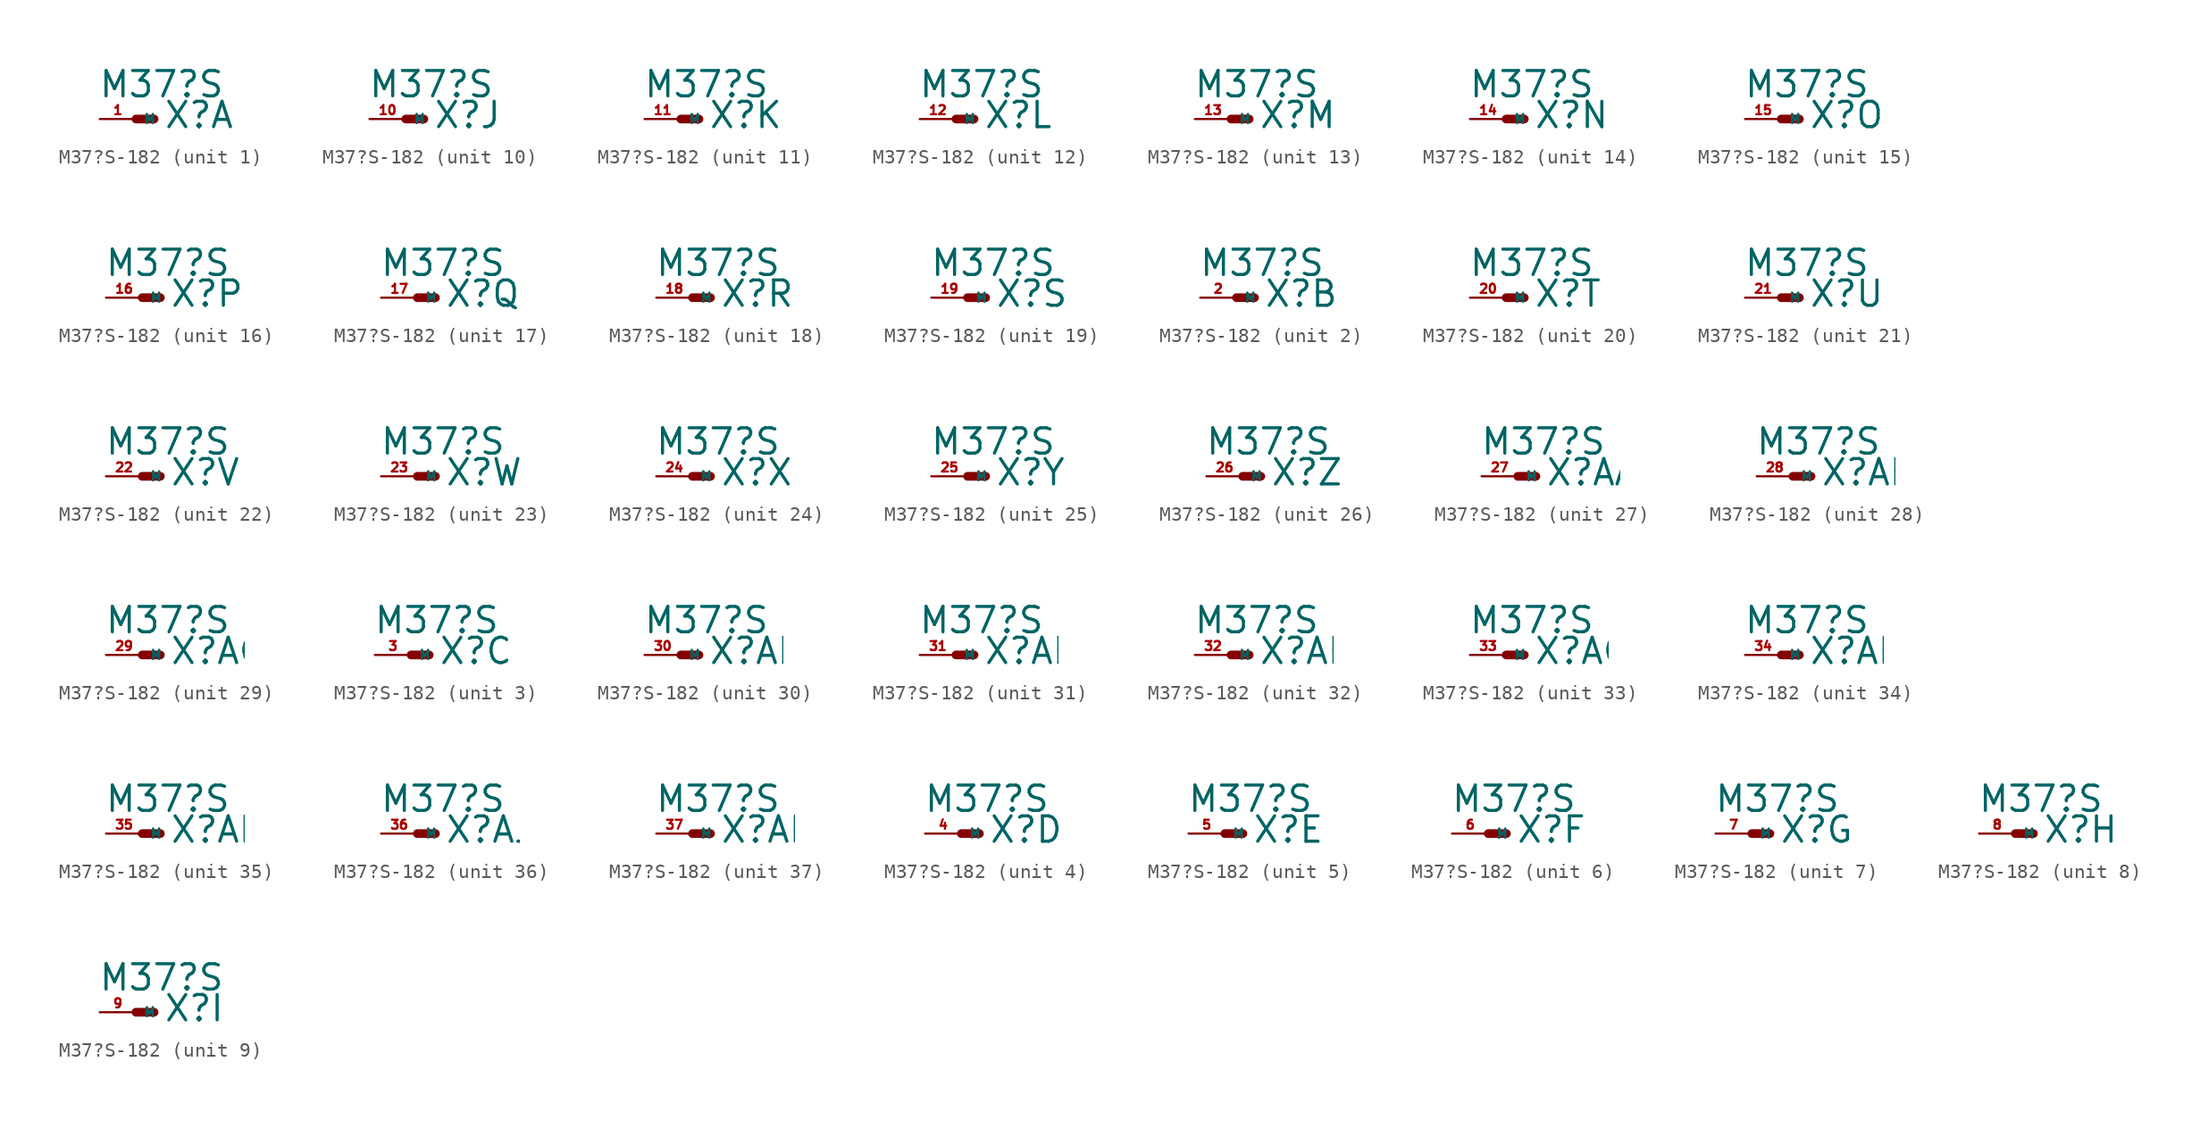
<source format=kicad_sym>
(kicad_symbol_lib
  (version 20220914)
  (generator Eagle2Kicad)
  (symbol "M37?S-182"
    (property "Reference" "X"
      (at 1.905 -0.762 0)
      (effects (font (size 1.778 1.778) (thickness 0.22)) (justify left bottom)))
    (property "Value" "M37?S"
      (at -2.667 1.397 0)
      (effects (font (size 1.778 1.778) (thickness 0.22)) (justify left bottom)))
    (symbol "M37?S-182_1_0"
      (polyline (pts (xy 0 0) (xy 1.27 0)) (stroke (width 0.61) (type default)) (fill (type none)))
      (pin passive line (at -2.54 0 0) (length 2.54) (name "M" (effects (font (size 0.635 0.635) (thickness 0.08)) (justify left bottom))) (number "1" (effects (font (size 0.635 0.635) (thickness 0.08)) (justify left bottom)))))
    (symbol "M37?S-182_2_0"
      (polyline (pts (xy 0 0) (xy 1.27 0)) (stroke (width 0.61) (type default)) (fill (type none)))
      (pin passive line (at -2.54 0 0) (length 2.54) (name "M" (effects (font (size 0.635 0.635) (thickness 0.08)) (justify left bottom))) (number "2" (effects (font (size 0.635 0.635) (thickness 0.08)) (justify left bottom)))))
    (symbol "M37?S-182_3_0"
      (polyline (pts (xy 0 0) (xy 1.27 0)) (stroke (width 0.61) (type default)) (fill (type none)))
      (pin passive line (at -2.54 0 0) (length 2.54) (name "M" (effects (font (size 0.635 0.635) (thickness 0.08)) (justify left bottom))) (number "3" (effects (font (size 0.635 0.635) (thickness 0.08)) (justify left bottom)))))
    (symbol "M37?S-182_4_0"
      (polyline (pts (xy 0 0) (xy 1.27 0)) (stroke (width 0.61) (type default)) (fill (type none)))
      (pin passive line (at -2.54 0 0) (length 2.54) (name "M" (effects (font (size 0.635 0.635) (thickness 0.08)) (justify left bottom))) (number "4" (effects (font (size 0.635 0.635) (thickness 0.08)) (justify left bottom)))))
    (symbol "M37?S-182_5_0"
      (polyline (pts (xy 0 0) (xy 1.27 0)) (stroke (width 0.61) (type default)) (fill (type none)))
      (pin passive line (at -2.54 0 0) (length 2.54) (name "M" (effects (font (size 0.635 0.635) (thickness 0.08)) (justify left bottom))) (number "5" (effects (font (size 0.635 0.635) (thickness 0.08)) (justify left bottom)))))
    (symbol "M37?S-182_6_0"
      (polyline (pts (xy 0 0) (xy 1.27 0)) (stroke (width 0.61) (type default)) (fill (type none)))
      (pin passive line (at -2.54 0 0) (length 2.54) (name "M" (effects (font (size 0.635 0.635) (thickness 0.08)) (justify left bottom))) (number "6" (effects (font (size 0.635 0.635) (thickness 0.08)) (justify left bottom)))))
    (symbol "M37?S-182_7_0"
      (polyline (pts (xy 0 0) (xy 1.27 0)) (stroke (width 0.61) (type default)) (fill (type none)))
      (pin passive line (at -2.54 0 0) (length 2.54) (name "M" (effects (font (size 0.635 0.635) (thickness 0.08)) (justify left bottom))) (number "7" (effects (font (size 0.635 0.635) (thickness 0.08)) (justify left bottom)))))
    (symbol "M37?S-182_8_0"
      (polyline (pts (xy 0 0) (xy 1.27 0)) (stroke (width 0.61) (type default)) (fill (type none)))
      (pin passive line (at -2.54 0 0) (length 2.54) (name "M" (effects (font (size 0.635 0.635) (thickness 0.08)) (justify left bottom))) (number "8" (effects (font (size 0.635 0.635) (thickness 0.08)) (justify left bottom)))))
    (symbol "M37?S-182_9_0"
      (polyline (pts (xy 0 0) (xy 1.27 0)) (stroke (width 0.61) (type default)) (fill (type none)))
      (pin passive line (at -2.54 0 0) (length 2.54) (name "M" (effects (font (size 0.635 0.635) (thickness 0.08)) (justify left bottom))) (number "9" (effects (font (size 0.635 0.635) (thickness 0.08)) (justify left bottom)))))
    (symbol "M37?S-182_10_0"
      (polyline (pts (xy 0 0) (xy 1.27 0)) (stroke (width 0.61) (type default)) (fill (type none)))
      (pin passive line (at -2.54 0 0) (length 2.54) (name "M" (effects (font (size 0.635 0.635) (thickness 0.08)) (justify left bottom))) (number "10" (effects (font (size 0.635 0.635) (thickness 0.08)) (justify left bottom)))))
    (symbol "M37?S-182_11_0"
      (polyline (pts (xy 0 0) (xy 1.27 0)) (stroke (width 0.61) (type default)) (fill (type none)))
      (pin passive line (at -2.54 0 0) (length 2.54) (name "M" (effects (font (size 0.635 0.635) (thickness 0.08)) (justify left bottom))) (number "11" (effects (font (size 0.635 0.635) (thickness 0.08)) (justify left bottom)))))
    (symbol "M37?S-182_12_0"
      (polyline (pts (xy 0 0) (xy 1.27 0)) (stroke (width 0.61) (type default)) (fill (type none)))
      (pin passive line (at -2.54 0 0) (length 2.54) (name "M" (effects (font (size 0.635 0.635) (thickness 0.08)) (justify left bottom))) (number "12" (effects (font (size 0.635 0.635) (thickness 0.08)) (justify left bottom)))))
    (symbol "M37?S-182_13_0"
      (polyline (pts (xy 0 0) (xy 1.27 0)) (stroke (width 0.61) (type default)) (fill (type none)))
      (pin passive line (at -2.54 0 0) (length 2.54) (name "M" (effects (font (size 0.635 0.635) (thickness 0.08)) (justify left bottom))) (number "13" (effects (font (size 0.635 0.635) (thickness 0.08)) (justify left bottom)))))
    (symbol "M37?S-182_14_0"
      (polyline (pts (xy 0 0) (xy 1.27 0)) (stroke (width 0.61) (type default)) (fill (type none)))
      (pin passive line (at -2.54 0 0) (length 2.54) (name "M" (effects (font (size 0.635 0.635) (thickness 0.08)) (justify left bottom))) (number "14" (effects (font (size 0.635 0.635) (thickness 0.08)) (justify left bottom)))))
    (symbol "M37?S-182_15_0"
      (polyline (pts (xy 0 0) (xy 1.27 0)) (stroke (width 0.61) (type default)) (fill (type none)))
      (pin passive line (at -2.54 0 0) (length 2.54) (name "M" (effects (font (size 0.635 0.635) (thickness 0.08)) (justify left bottom))) (number "15" (effects (font (size 0.635 0.635) (thickness 0.08)) (justify left bottom)))))
    (symbol "M37?S-182_16_0"
      (polyline (pts (xy 0 0) (xy 1.27 0)) (stroke (width 0.61) (type default)) (fill (type none)))
      (pin passive line (at -2.54 0 0) (length 2.54) (name "M" (effects (font (size 0.635 0.635) (thickness 0.08)) (justify left bottom))) (number "16" (effects (font (size 0.635 0.635) (thickness 0.08)) (justify left bottom)))))
    (symbol "M37?S-182_17_0"
      (polyline (pts (xy 0 0) (xy 1.27 0)) (stroke (width 0.61) (type default)) (fill (type none)))
      (pin passive line (at -2.54 0 0) (length 2.54) (name "M" (effects (font (size 0.635 0.635) (thickness 0.08)) (justify left bottom))) (number "17" (effects (font (size 0.635 0.635) (thickness 0.08)) (justify left bottom)))))
    (symbol "M37?S-182_18_0"
      (polyline (pts (xy 0 0) (xy 1.27 0)) (stroke (width 0.61) (type default)) (fill (type none)))
      (pin passive line (at -2.54 0 0) (length 2.54) (name "M" (effects (font (size 0.635 0.635) (thickness 0.08)) (justify left bottom))) (number "18" (effects (font (size 0.635 0.635) (thickness 0.08)) (justify left bottom)))))
    (symbol "M37?S-182_19_0"
      (polyline (pts (xy 0 0) (xy 1.27 0)) (stroke (width 0.61) (type default)) (fill (type none)))
      (pin passive line (at -2.54 0 0) (length 2.54) (name "M" (effects (font (size 0.635 0.635) (thickness 0.08)) (justify left bottom))) (number "19" (effects (font (size 0.635 0.635) (thickness 0.08)) (justify left bottom)))))
    (symbol "M37?S-182_20_0"
      (polyline (pts (xy 0 0) (xy 1.27 0)) (stroke (width 0.61) (type default)) (fill (type none)))
      (pin passive line (at -2.54 0 0) (length 2.54) (name "M" (effects (font (size 0.635 0.635) (thickness 0.08)) (justify left bottom))) (number "20" (effects (font (size 0.635 0.635) (thickness 0.08)) (justify left bottom)))))
    (symbol "M37?S-182_21_0"
      (polyline (pts (xy 0 0) (xy 1.27 0)) (stroke (width 0.61) (type default)) (fill (type none)))
      (pin passive line (at -2.54 0 0) (length 2.54) (name "M" (effects (font (size 0.635 0.635) (thickness 0.08)) (justify left bottom))) (number "21" (effects (font (size 0.635 0.635) (thickness 0.08)) (justify left bottom)))))
    (symbol "M37?S-182_22_0"
      (polyline (pts (xy 0 0) (xy 1.27 0)) (stroke (width 0.61) (type default)) (fill (type none)))
      (pin passive line (at -2.54 0 0) (length 2.54) (name "M" (effects (font (size 0.635 0.635) (thickness 0.08)) (justify left bottom))) (number "22" (effects (font (size 0.635 0.635) (thickness 0.08)) (justify left bottom)))))
    (symbol "M37?S-182_23_0"
      (polyline (pts (xy 0 0) (xy 1.27 0)) (stroke (width 0.61) (type default)) (fill (type none)))
      (pin passive line (at -2.54 0 0) (length 2.54) (name "M" (effects (font (size 0.635 0.635) (thickness 0.08)) (justify left bottom))) (number "23" (effects (font (size 0.635 0.635) (thickness 0.08)) (justify left bottom)))))
    (symbol "M37?S-182_24_0"
      (polyline (pts (xy 0 0) (xy 1.27 0)) (stroke (width 0.61) (type default)) (fill (type none)))
      (pin passive line (at -2.54 0 0) (length 2.54) (name "M" (effects (font (size 0.635 0.635) (thickness 0.08)) (justify left bottom))) (number "24" (effects (font (size 0.635 0.635) (thickness 0.08)) (justify left bottom)))))
    (symbol "M37?S-182_25_0"
      (polyline (pts (xy 0 0) (xy 1.27 0)) (stroke (width 0.61) (type default)) (fill (type none)))
      (pin passive line (at -2.54 0 0) (length 2.54) (name "M" (effects (font (size 0.635 0.635) (thickness 0.08)) (justify left bottom))) (number "25" (effects (font (size 0.635 0.635) (thickness 0.08)) (justify left bottom)))))
    (symbol "M37?S-182_26_0"
      (polyline (pts (xy 0 0) (xy 1.27 0)) (stroke (width 0.61) (type default)) (fill (type none)))
      (pin passive line (at -2.54 0 0) (length 2.54) (name "M" (effects (font (size 0.635 0.635) (thickness 0.08)) (justify left bottom))) (number "26" (effects (font (size 0.635 0.635) (thickness 0.08)) (justify left bottom)))))
    (symbol "M37?S-182_27_0"
      (polyline (pts (xy 0 0) (xy 1.27 0)) (stroke (width 0.61) (type default)) (fill (type none)))
      (pin passive line (at -2.54 0 0) (length 2.54) (name "M" (effects (font (size 0.635 0.635) (thickness 0.08)) (justify left bottom))) (number "27" (effects (font (size 0.635 0.635) (thickness 0.08)) (justify left bottom)))))
    (symbol "M37?S-182_28_0"
      (polyline (pts (xy 0 0) (xy 1.27 0)) (stroke (width 0.61) (type default)) (fill (type none)))
      (pin passive line (at -2.54 0 0) (length 2.54) (name "M" (effects (font (size 0.635 0.635) (thickness 0.08)) (justify left bottom))) (number "28" (effects (font (size 0.635 0.635) (thickness 0.08)) (justify left bottom)))))
    (symbol "M37?S-182_29_0"
      (polyline (pts (xy 0 0) (xy 1.27 0)) (stroke (width 0.61) (type default)) (fill (type none)))
      (pin passive line (at -2.54 0 0) (length 2.54) (name "M" (effects (font (size 0.635 0.635) (thickness 0.08)) (justify left bottom))) (number "29" (effects (font (size 0.635 0.635) (thickness 0.08)) (justify left bottom)))))
    (symbol "M37?S-182_30_0"
      (polyline (pts (xy 0 0) (xy 1.27 0)) (stroke (width 0.61) (type default)) (fill (type none)))
      (pin passive line (at -2.54 0 0) (length 2.54) (name "M" (effects (font (size 0.635 0.635) (thickness 0.08)) (justify left bottom))) (number "30" (effects (font (size 0.635 0.635) (thickness 0.08)) (justify left bottom)))))
    (symbol "M37?S-182_31_0"
      (polyline (pts (xy 0 0) (xy 1.27 0)) (stroke (width 0.61) (type default)) (fill (type none)))
      (pin passive line (at -2.54 0 0) (length 2.54) (name "M" (effects (font (size 0.635 0.635) (thickness 0.08)) (justify left bottom))) (number "31" (effects (font (size 0.635 0.635) (thickness 0.08)) (justify left bottom)))))
    (symbol "M37?S-182_32_0"
      (polyline (pts (xy 0 0) (xy 1.27 0)) (stroke (width 0.61) (type default)) (fill (type none)))
      (pin passive line (at -2.54 0 0) (length 2.54) (name "M" (effects (font (size 0.635 0.635) (thickness 0.08)) (justify left bottom))) (number "32" (effects (font (size 0.635 0.635) (thickness 0.08)) (justify left bottom)))))
    (symbol "M37?S-182_33_0"
      (polyline (pts (xy 0 0) (xy 1.27 0)) (stroke (width 0.61) (type default)) (fill (type none)))
      (pin passive line (at -2.54 0 0) (length 2.54) (name "M" (effects (font (size 0.635 0.635) (thickness 0.08)) (justify left bottom))) (number "33" (effects (font (size 0.635 0.635) (thickness 0.08)) (justify left bottom)))))
    (symbol "M37?S-182_34_0"
      (polyline (pts (xy 0 0) (xy 1.27 0)) (stroke (width 0.61) (type default)) (fill (type none)))
      (pin passive line (at -2.54 0 0) (length 2.54) (name "M" (effects (font (size 0.635 0.635) (thickness 0.08)) (justify left bottom))) (number "34" (effects (font (size 0.635 0.635) (thickness 0.08)) (justify left bottom)))))
    (symbol "M37?S-182_35_0"
      (polyline (pts (xy 0 0) (xy 1.27 0)) (stroke (width 0.61) (type default)) (fill (type none)))
      (pin passive line (at -2.54 0 0) (length 2.54) (name "M" (effects (font (size 0.635 0.635) (thickness 0.08)) (justify left bottom))) (number "35" (effects (font (size 0.635 0.635) (thickness 0.08)) (justify left bottom)))))
    (symbol "M37?S-182_36_0"
      (polyline (pts (xy 0 0) (xy 1.27 0)) (stroke (width 0.61) (type default)) (fill (type none)))
      (pin passive line (at -2.54 0 0) (length 2.54) (name "M" (effects (font (size 0.635 0.635) (thickness 0.08)) (justify left bottom))) (number "36" (effects (font (size 0.635 0.635) (thickness 0.08)) (justify left bottom)))))
    (symbol "M37?S-182_37_0"
      (polyline (pts (xy 0 0) (xy 1.27 0)) (stroke (width 0.61) (type default)) (fill (type none)))
      (pin passive line (at -2.54 0 0) (length 2.54) (name "M" (effects (font (size 0.635 0.635) (thickness 0.08)) (justify left bottom))) (number "37" (effects (font (size 0.635 0.635) (thickness 0.08)) (justify left bottom)))))))
</source>
